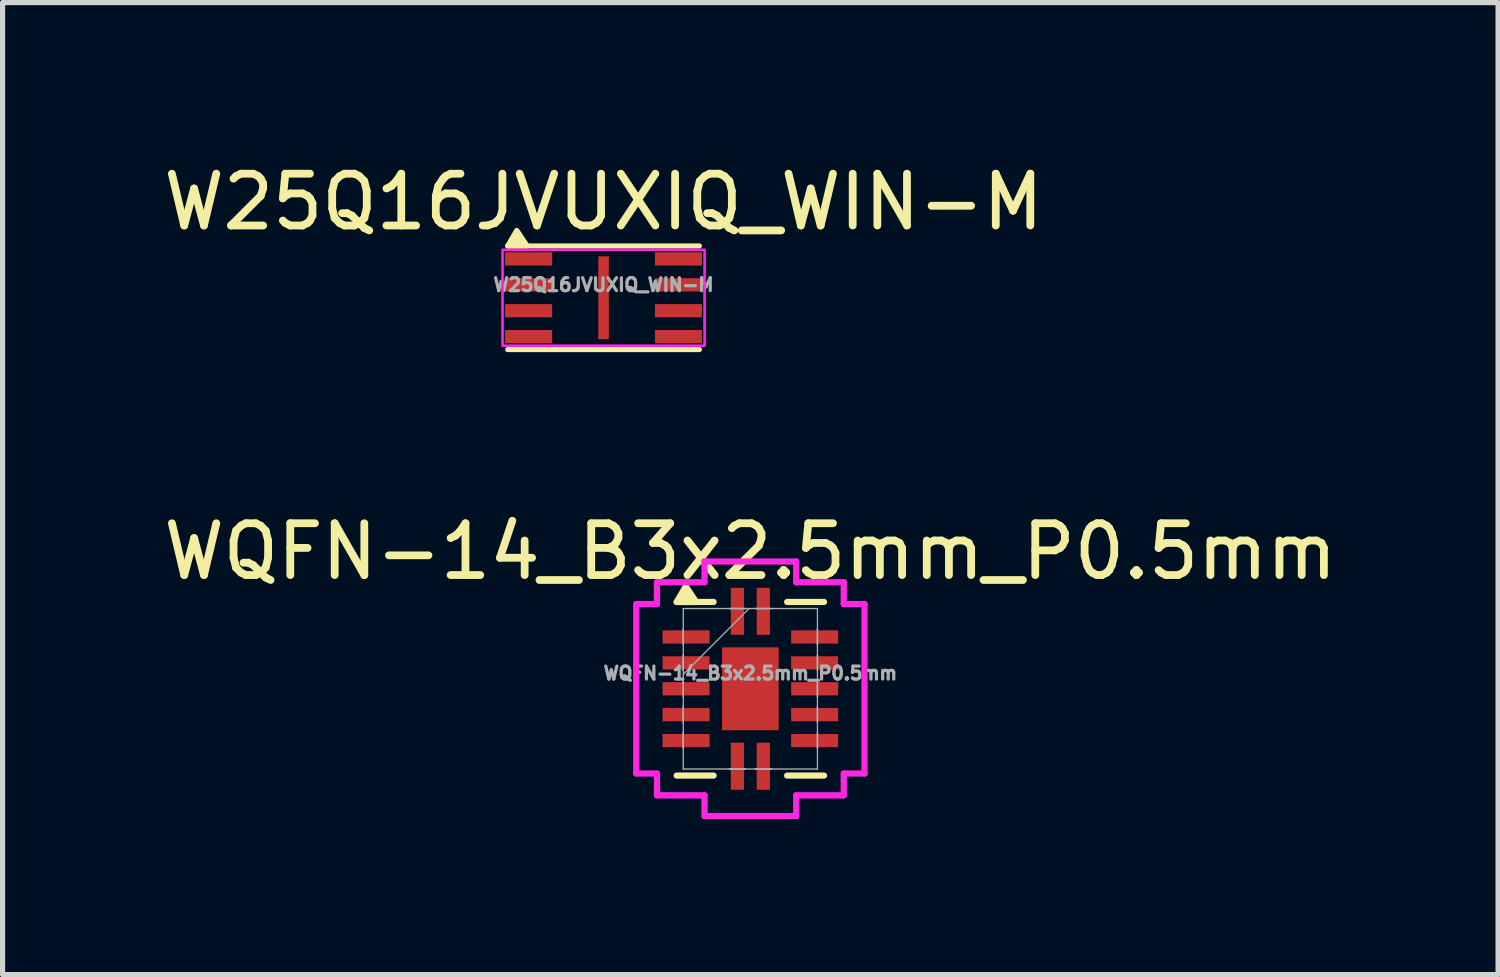
<source format=kicad_pcb>
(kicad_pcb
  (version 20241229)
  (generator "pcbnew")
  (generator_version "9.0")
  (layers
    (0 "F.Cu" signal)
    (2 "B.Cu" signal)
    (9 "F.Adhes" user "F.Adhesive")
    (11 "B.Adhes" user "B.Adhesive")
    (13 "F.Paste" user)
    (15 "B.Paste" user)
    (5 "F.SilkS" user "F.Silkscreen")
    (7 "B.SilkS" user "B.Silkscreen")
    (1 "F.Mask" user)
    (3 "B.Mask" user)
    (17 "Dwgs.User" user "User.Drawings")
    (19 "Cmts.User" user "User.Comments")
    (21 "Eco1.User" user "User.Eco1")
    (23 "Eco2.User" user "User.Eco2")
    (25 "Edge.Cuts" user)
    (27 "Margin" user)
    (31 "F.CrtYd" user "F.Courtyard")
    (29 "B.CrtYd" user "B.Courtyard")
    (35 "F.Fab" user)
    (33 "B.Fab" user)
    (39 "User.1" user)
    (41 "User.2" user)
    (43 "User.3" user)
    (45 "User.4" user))
  (footprint "W25Q16JVUXIQ_WIN-M"
    (layer "F.Cu")
    (at 8.601 2.698)
    (property "Reference" "W25Q16JVUXIQ_WIN-M" (at 0 -1.85 0) (unlocked yes) (layer "F.SilkS") (effects (font (size 1 1) (thickness 0.15))))
    (attr smd)
    (fp_line (start -1.85 -1) (end 1.85 -1) (stroke (width 0.1) (type default)) (layer "F.SilkS"))
    (fp_line (start -1.85 1) (end 1.85 1) (stroke (width 0.1) (type default)) (layer "F.SilkS"))
    (fp_poly (pts (xy -1.85 -1) (xy -1.675 -1.3) (xy -1.475 -1)) (stroke (width 0.1) (type solid)) (fill yes) (layer "F.SilkS"))
    (fp_rect (start -1.95 -0.925) (end 1.95 0.925) (stroke (width 0.05) (type default)) (fill no) (layer "F.CrtYd"))
    (fp_text user "${REFERENCE}" (at 0 -0.25 0) (unlocked yes) (layer "F.Fab") (effects (font (size 0.25 0.25) (thickness 0.062))))
    (pad "1" smd rect (at -1.446 -0.75) (size 0.908 0.255) (layers "F.Cu" "F.Mask" "F.Paste"))
    (pad "2" smd rect (at -1.446 -0.25) (size 0.908 0.255) (layers "F.Cu" "F.Mask" "F.Paste"))
    (pad "3" smd rect (at -1.446 0.25) (size 0.908 0.255) (layers "F.Cu" "F.Mask" "F.Paste"))
    (pad "4" smd rect (at -1.446 0.75) (size 0.908 0.255) (layers "F.Cu" "F.Mask" "F.Paste"))
    (pad "5" smd rect (at 1.446 0.75) (size 0.908 0.255) (layers "F.Cu" "F.Mask" "F.Paste"))
    (pad "6" smd rect (at 1.446 0.25) (size 0.908 0.255) (layers "F.Cu" "F.Mask" "F.Paste"))
    (pad "7" smd rect (at 1.446 -0.25) (size 0.908 0.255) (layers "F.Cu" "F.Mask" "F.Paste"))
    (pad "8" smd rect (at 1.446 -0.75) (size 0.908 0.255) (layers "F.Cu" "F.Mask" "F.Paste"))
    (pad "9" smd rect (at 0 0) (size 0.203 1.6) (layers "F.Cu" "F.Mask" "F.Paste")))
  (footprint "WQFN-14_B3x2.5mm_P0.5mm"
    (layer "F.Cu")
    (at 11.435 10.246)
    (property "Reference" "WQFN-14_B3x2.5mm_P0.5mm" (at 0 -2.65 0) (unlocked yes) (layer "F.SilkS") (effects (font (size 1 1) (thickness 0.15))))
    (attr smd)
    (fp_line (start -1.422 1.676) (end -0.71 1.676) (stroke (width 0.12) (type solid)) (layer "F.SilkS"))
    (fp_line (start -0.71 -1.676) (end -1.422 -1.676) (stroke (width 0.12) (type solid)) (layer "F.SilkS"))
    (fp_line (start 0.71 1.676) (end 1.422 1.676) (stroke (width 0.12) (type solid)) (layer "F.SilkS"))
    (fp_line (start 1.422 -1.676) (end 0.71 -1.676) (stroke (width 0.12) (type solid)) (layer "F.SilkS"))
    (fp_poly (pts (xy -1.422 -1.676) (xy -1.247 -1.976) (xy -1.047 -1.676)) (stroke (width 0.12) (type solid)) (fill yes) (layer "F.SilkS"))
    (fp_line (start -2.203 -1.636) (end -1.803 -1.636) (stroke (width 0.12) (type solid)) (layer "F.CrtYd"))
    (fp_line (start -2.203 1.636) (end -2.203 -1.636) (stroke (width 0.12) (type solid)) (layer "F.CrtYd"))
    (fp_line (start -1.803 -2.057) (end -0.885 -2.057) (stroke (width 0.12) (type solid)) (layer "F.CrtYd"))
    (fp_line (start -1.803 -1.636) (end -1.803 -2.057) (stroke (width 0.12) (type solid)) (layer "F.CrtYd"))
    (fp_line (start -1.803 1.636) (end -2.203 1.636) (stroke (width 0.12) (type solid)) (layer "F.CrtYd"))
    (fp_line (start -1.803 2.057) (end -1.803 1.636) (stroke (width 0.12) (type solid)) (layer "F.CrtYd"))
    (fp_line (start -0.885 -2.457) (end 0.885 -2.457) (stroke (width 0.12) (type solid)) (layer "F.CrtYd"))
    (fp_line (start -0.885 -2.057) (end -0.885 -2.457) (stroke (width 0.12) (type solid)) (layer "F.CrtYd"))
    (fp_line (start -0.885 2.057) (end -1.803 2.057) (stroke (width 0.12) (type solid)) (layer "F.CrtYd"))
    (fp_line (start -0.885 2.457) (end -0.885 2.057) (stroke (width 0.12) (type solid)) (layer "F.CrtYd"))
    (fp_line (start 0.885 -2.457) (end 0.885 -2.057) (stroke (width 0.12) (type solid)) (layer "F.CrtYd"))
    (fp_line (start 0.885 -2.057) (end 1.803 -2.057) (stroke (width 0.12) (type solid)) (layer "F.CrtYd"))
    (fp_line (start 0.885 2.057) (end 0.885 2.457) (stroke (width 0.12) (type solid)) (layer "F.CrtYd"))
    (fp_line (start 0.885 2.457) (end -0.885 2.457) (stroke (width 0.12) (type solid)) (layer "F.CrtYd"))
    (fp_line (start 1.803 -2.057) (end 1.803 -1.636) (stroke (width 0.12) (type solid)) (layer "F.CrtYd"))
    (fp_line (start 1.803 -1.636) (end 2.203 -1.636) (stroke (width 0.12) (type solid)) (layer "F.CrtYd"))
    (fp_line (start 1.803 1.636) (end 1.803 2.057) (stroke (width 0.12) (type solid)) (layer "F.CrtYd"))
    (fp_line (start 1.803 2.057) (end 0.885 2.057) (stroke (width 0.12) (type solid)) (layer "F.CrtYd"))
    (fp_line (start 2.203 -1.636) (end 2.203 1.636) (stroke (width 0.12) (type solid)) (layer "F.CrtYd"))
    (fp_line (start 2.203 1.636) (end 1.803 1.636) (stroke (width 0.12) (type solid)) (layer "F.CrtYd"))
    (fp_line (start -1.295 -1.549) (end -1.295 -1.549) (stroke (width 0.025) (type solid)) (layer "F.Fab"))
    (fp_line (start -1.295 -1.549) (end -1.295 1.549) (stroke (width 0.025) (type solid)) (layer "F.Fab"))
    (fp_line (start -1.295 -1.153) (end -1.295 -1.153) (stroke (width 0.025) (type solid)) (layer "F.Fab"))
    (fp_line (start -1.295 -1.153) (end -1.295 -0.848) (stroke (width 0.025) (type solid)) (layer "F.Fab"))
    (fp_line (start -1.295 -0.848) (end -1.295 -1.153) (stroke (width 0.025) (type solid)) (layer "F.Fab"))
    (fp_line (start -1.295 -0.848) (end -1.295 -0.848) (stroke (width 0.025) (type solid)) (layer "F.Fab"))
    (fp_line (start -1.295 -0.653) (end -1.295 -0.653) (stroke (width 0.025) (type solid)) (layer "F.Fab"))
    (fp_line (start -1.295 -0.653) (end -1.295 -0.348) (stroke (width 0.025) (type solid)) (layer "F.Fab"))
    (fp_line (start -1.295 -0.348) (end -1.295 -0.653) (stroke (width 0.025) (type solid)) (layer "F.Fab"))
    (fp_line (start -1.295 -0.348) (end -1.295 -0.348) (stroke (width 0.025) (type solid)) (layer "F.Fab"))
    (fp_line (start -1.295 -0.279) (end -0.025 -1.549) (stroke (width 0.025) (type solid)) (layer "F.Fab"))
    (fp_line (start -1.295 -0.152) (end -1.295 -0.152) (stroke (width 0.025) (type solid)) (layer "F.Fab"))
    (fp_line (start -1.295 -0.152) (end -1.295 0.152) (stroke (width 0.025) (type solid)) (layer "F.Fab"))
    (fp_line (start -1.295 0.152) (end -1.295 -0.152) (stroke (width 0.025) (type solid)) (layer "F.Fab"))
    (fp_line (start -1.295 0.152) (end -1.295 0.152) (stroke (width 0.025) (type solid)) (layer "F.Fab"))
    (fp_line (start -1.295 0.348) (end -1.295 0.348) (stroke (width 0.025) (type solid)) (layer "F.Fab"))
    (fp_line (start -1.295 0.348) (end -1.295 0.653) (stroke (width 0.025) (type solid)) (layer "F.Fab"))
    (fp_line (start -1.295 0.653) (end -1.295 0.348) (stroke (width 0.025) (type solid)) (layer "F.Fab"))
    (fp_line (start -1.295 0.653) (end -1.295 0.653) (stroke (width 0.025) (type solid)) (layer "F.Fab"))
    (fp_line (start -1.295 0.848) (end -1.295 0.848) (stroke (width 0.025) (type solid)) (layer "F.Fab"))
    (fp_line (start -1.295 0.848) (end -1.295 1.153) (stroke (width 0.025) (type solid)) (layer "F.Fab"))
    (fp_line (start -1.295 1.153) (end -1.295 0.848) (stroke (width 0.025) (type solid)) (layer "F.Fab"))
    (fp_line (start -1.295 1.153) (end -1.295 1.153) (stroke (width 0.025) (type solid)) (layer "F.Fab"))
    (fp_line (start -1.295 1.549) (end -1.295 1.549) (stroke (width 0.025) (type solid)) (layer "F.Fab"))
    (fp_line (start -1.295 1.549) (end 1.295 1.549) (stroke (width 0.025) (type solid)) (layer "F.Fab"))
    (fp_line (start -0.402 -1.549) (end -0.402 -1.549) (stroke (width 0.025) (type solid)) (layer "F.Fab"))
    (fp_line (start -0.402 -1.549) (end -0.098 -1.549) (stroke (width 0.025) (type solid)) (layer "F.Fab"))
    (fp_line (start -0.402 1.549) (end -0.402 1.549) (stroke (width 0.025) (type solid)) (layer "F.Fab"))
    (fp_line (start -0.402 1.549) (end -0.098 1.549) (stroke (width 0.025) (type solid)) (layer "F.Fab"))
    (fp_line (start -0.098 -1.549) (end -0.402 -1.549) (stroke (width 0.025) (type solid)) (layer "F.Fab"))
    (fp_line (start -0.098 -1.549) (end -0.098 -1.549) (stroke (width 0.025) (type solid)) (layer "F.Fab"))
    (fp_line (start -0.098 1.549) (end -0.402 1.549) (stroke (width 0.025) (type solid)) (layer "F.Fab"))
    (fp_line (start -0.098 1.549) (end -0.098 1.549) (stroke (width 0.025) (type solid)) (layer "F.Fab"))
    (fp_line (start 0.098 -1.549) (end 0.098 -1.549) (stroke (width 0.025) (type solid)) (layer "F.Fab"))
    (fp_line (start 0.098 -1.549) (end 0.402 -1.549) (stroke (width 0.025) (type solid)) (layer "F.Fab"))
    (fp_line (start 0.098 1.549) (end 0.098 1.549) (stroke (width 0.025) (type solid)) (layer "F.Fab"))
    (fp_line (start 0.098 1.549) (end 0.402 1.549) (stroke (width 0.025) (type solid)) (layer "F.Fab"))
    (fp_line (start 0.402 -1.549) (end 0.098 -1.549) (stroke (width 0.025) (type solid)) (layer "F.Fab"))
    (fp_line (start 0.402 -1.549) (end 0.402 -1.549) (stroke (width 0.025) (type solid)) (layer "F.Fab"))
    (fp_line (start 0.402 1.549) (end 0.098 1.549) (stroke (width 0.025) (type solid)) (layer "F.Fab"))
    (fp_line (start 0.402 1.549) (end 0.402 1.549) (stroke (width 0.025) (type solid)) (layer "F.Fab"))
    (fp_line (start 1.295 -1.549) (end -1.295 -1.549) (stroke (width 0.025) (type solid)) (layer "F.Fab"))
    (fp_line (start 1.295 -1.549) (end 1.295 -1.549) (stroke (width 0.025) (type solid)) (layer "F.Fab"))
    (fp_line (start 1.295 -1.153) (end 1.295 -1.153) (stroke (width 0.025) (type solid)) (layer "F.Fab"))
    (fp_line (start 1.295 -1.153) (end 1.295 -0.848) (stroke (width 0.025) (type solid)) (layer "F.Fab"))
    (fp_line (start 1.295 -0.848) (end 1.295 -1.153) (stroke (width 0.025) (type solid)) (layer "F.Fab"))
    (fp_line (start 1.295 -0.848) (end 1.295 -0.848) (stroke (width 0.025) (type solid)) (layer "F.Fab"))
    (fp_line (start 1.295 -0.653) (end 1.295 -0.653) (stroke (width 0.025) (type solid)) (layer "F.Fab"))
    (fp_line (start 1.295 -0.653) (end 1.295 -0.348) (stroke (width 0.025) (type solid)) (layer "F.Fab"))
    (fp_line (start 1.295 -0.348) (end 1.295 -0.653) (stroke (width 0.025) (type solid)) (layer "F.Fab"))
    (fp_line (start 1.295 -0.348) (end 1.295 -0.348) (stroke (width 0.025) (type solid)) (layer "F.Fab"))
    (fp_line (start 1.295 -0.152) (end 1.295 -0.152) (stroke (width 0.025) (type solid)) (layer "F.Fab"))
    (fp_line (start 1.295 -0.152) (end 1.295 0.152) (stroke (width 0.025) (type solid)) (layer "F.Fab"))
    (fp_line (start 1.295 0.152) (end 1.295 -0.152) (stroke (width 0.025) (type solid)) (layer "F.Fab"))
    (fp_line (start 1.295 0.152) (end 1.295 0.152) (stroke (width 0.025) (type solid)) (layer "F.Fab"))
    (fp_line (start 1.295 0.348) (end 1.295 0.348) (stroke (width 0.025) (type solid)) (layer "F.Fab"))
    (fp_line (start 1.295 0.348) (end 1.295 0.653) (stroke (width 0.025) (type solid)) (layer "F.Fab"))
    (fp_line (start 1.295 0.653) (end 1.295 0.348) (stroke (width 0.025) (type solid)) (layer "F.Fab"))
    (fp_line (start 1.295 0.653) (end 1.295 0.653) (stroke (width 0.025) (type solid)) (layer "F.Fab"))
    (fp_line (start 1.295 0.848) (end 1.295 0.848) (stroke (width 0.025) (type solid)) (layer "F.Fab"))
    (fp_line (start 1.295 0.848) (end 1.295 1.153) (stroke (width 0.025) (type solid)) (layer "F.Fab"))
    (fp_line (start 1.295 1.153) (end 1.295 0.848) (stroke (width 0.025) (type solid)) (layer "F.Fab"))
    (fp_line (start 1.295 1.153) (end 1.295 1.153) (stroke (width 0.025) (type solid)) (layer "F.Fab"))
    (fp_line (start 1.295 1.549) (end 1.295 -1.549) (stroke (width 0.025) (type solid)) (layer "F.Fab"))
    (fp_line (start 1.295 1.549) (end 1.295 1.549) (stroke (width 0.025) (type solid)) (layer "F.Fab"))
    (fp_text user "${REFERENCE}" (at 0 -0.3 0) (unlocked yes) (layer "F.Fab") (effects (font (size 0.25 0.25) (thickness 0.062))))
    (pad "1" smd rect (at -0.25 -1.495) (size 0.255 0.908) (layers "F.Cu" "F.Mask" "F.Paste"))
    (pad "2" smd rect (at -1.241 -1 90) (size 0.255 0.908) (layers "F.Cu" "F.Mask" "F.Paste"))
    (pad "3" smd rect (at -1.241 -0.5 90) (size 0.255 0.908) (layers "F.Cu" "F.Mask" "F.Paste"))
    (pad "4" smd rect (at -1.241 0 90) (size 0.255 0.908) (layers "F.Cu" "F.Mask" "F.Paste"))
    (pad "5" smd rect (at -1.241 0.5 90) (size 0.255 0.908) (layers "F.Cu" "F.Mask" "F.Paste"))
    (pad "6" smd rect (at -1.241 1 90) (size 0.255 0.908) (layers "F.Cu" "F.Mask" "F.Paste"))
    (pad "7" smd rect (at -0.25 1.495) (size 0.255 0.908) (layers "F.Cu" "F.Mask" "F.Paste"))
    (pad "8" smd rect (at 0.25 1.495) (size 0.255 0.908) (layers "F.Cu" "F.Mask" "F.Paste"))
    (pad "9" smd rect (at 1.241 1 90) (size 0.255 0.908) (layers "F.Cu" "F.Mask" "F.Paste"))
    (pad "10" smd rect (at 1.241 0.5 90) (size 0.255 0.908) (layers "F.Cu" "F.Mask" "F.Paste"))
    (pad "11" smd rect (at 1.241 0 90) (size 0.255 0.908) (layers "F.Cu" "F.Mask" "F.Paste"))
    (pad "12" smd rect (at 1.241 -0.5 90) (size 0.255 0.908) (layers "F.Cu" "F.Mask" "F.Paste"))
    (pad "13" smd rect (at 1.241 -1 90) (size 0.255 0.908) (layers "F.Cu" "F.Mask" "F.Paste"))
    (pad "14" smd rect (at 0.25 -1.495) (size 0.255 0.908) (layers "F.Cu" "F.Mask" "F.Paste"))
    (pad "15" smd rect (at 0 0) (size 1.092 1.6) (layers "F.Cu" "F.Mask" "F.Paste")))
  (gr_rect
    (start -3 -3)
    (end 25.869 15.764)
    (stroke (width 0.1) (type default))
    (fill no)
    (layer "Edge.Cuts")))
</source>
